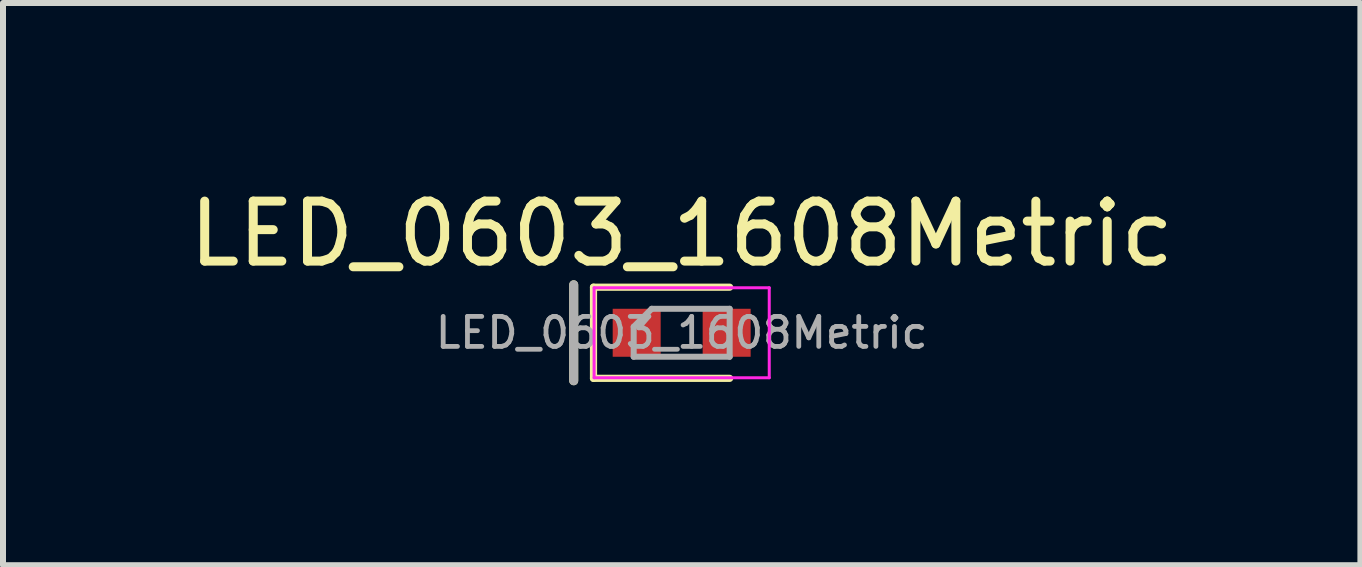
<source format=kicad_pcb>
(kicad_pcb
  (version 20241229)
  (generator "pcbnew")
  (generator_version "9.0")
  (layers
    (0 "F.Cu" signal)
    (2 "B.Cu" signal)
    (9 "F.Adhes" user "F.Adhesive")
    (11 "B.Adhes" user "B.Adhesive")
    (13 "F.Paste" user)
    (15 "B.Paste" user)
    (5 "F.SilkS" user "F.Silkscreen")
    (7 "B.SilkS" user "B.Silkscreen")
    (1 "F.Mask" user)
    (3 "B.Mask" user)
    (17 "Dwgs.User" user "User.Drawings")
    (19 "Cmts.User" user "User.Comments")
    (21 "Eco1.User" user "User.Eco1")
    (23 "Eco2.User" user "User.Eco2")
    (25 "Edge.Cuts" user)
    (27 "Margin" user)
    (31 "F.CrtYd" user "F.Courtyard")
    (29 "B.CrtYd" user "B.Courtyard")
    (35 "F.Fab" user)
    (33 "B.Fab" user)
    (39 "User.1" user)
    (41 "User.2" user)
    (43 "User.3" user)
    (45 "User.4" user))
  (footprint "LED_0603_1608Metric"
    (layer "F.Cu")
    (at 8.315 2.498)
    (property "Reference" "LED_0603_1608Metric" (at 0 -1.65 0) (layer "F.SilkS") (effects (font (size 1 1) (thickness 0.15))))
    (attr smd)
    (fp_line (start -1.8 -0.8) (end -1.8 0.8) (stroke (width 0.15) (type solid)) (layer "F.SilkS"))
    (fp_line (start -1.47 -0.76) (end -1.47 0.76) (stroke (width 0.12) (type solid)) (layer "F.SilkS"))
    (fp_line (start -1.47 0.76) (end 0.8 0.76) (stroke (width 0.12) (type solid)) (layer "F.SilkS"))
    (fp_line (start 0.8 -0.76) (end -1.47 -0.76) (stroke (width 0.12) (type solid)) (layer "F.SilkS"))
    (fp_line (start -1.46 -0.75) (end 1.46 -0.75) (stroke (width 0.05) (type solid)) (layer "F.CrtYd"))
    (fp_line (start -1.46 0.75) (end -1.46 -0.75) (stroke (width 0.05) (type solid)) (layer "F.CrtYd"))
    (fp_line (start 1.46 -0.75) (end 1.46 0.75) (stroke (width 0.05) (type solid)) (layer "F.CrtYd"))
    (fp_line (start 1.46 0.75) (end -1.46 0.75) (stroke (width 0.05) (type solid)) (layer "F.CrtYd"))
    (fp_line (start -1.8 -0.8) (end -1.8 0.8) (stroke (width 0.15) (type solid)) (layer "F.Fab"))
    (fp_line (start -0.8 -0.1) (end -0.8 0.4) (stroke (width 0.1) (type solid)) (layer "F.Fab"))
    (fp_line (start -0.8 0.4) (end 0.8 0.4) (stroke (width 0.1) (type solid)) (layer "F.Fab"))
    (fp_line (start -0.5 -0.4) (end -0.8 -0.1) (stroke (width 0.1) (type solid)) (layer "F.Fab"))
    (fp_line (start 0.8 -0.4) (end -0.5 -0.4) (stroke (width 0.1) (type solid)) (layer "F.Fab"))
    (fp_line (start 0.8 0.4) (end 0.8 -0.4) (stroke (width 0.1) (type solid)) (layer "F.Fab"))
    (fp_text user "${REFERENCE}" (at 0 0 0) (layer "F.Fab") (effects (font (size 0.5 0.5) (thickness 0.08))))
    (pad "1" smd rect (at -0.75 0) (size 0.8 0.8) (layers "F.Cu" "F.Mask" "F.Paste"))
    (pad "2" smd rect (at 0.75 0) (size 0.8 0.8) (layers "F.Cu" "F.Mask" "F.Paste")))
  (gr_rect
    (start -3 -3)
    (end 19.631 6.373)
    (stroke (width 0.1) (type default))
    (fill no)
    (layer "Edge.Cuts")))
</source>
